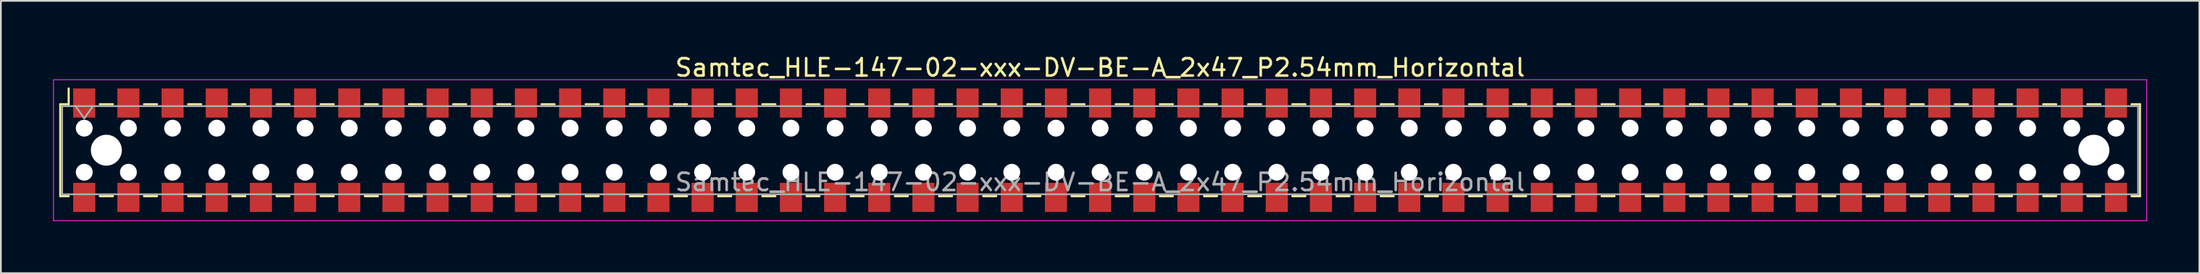
<source format=kicad_pcb>
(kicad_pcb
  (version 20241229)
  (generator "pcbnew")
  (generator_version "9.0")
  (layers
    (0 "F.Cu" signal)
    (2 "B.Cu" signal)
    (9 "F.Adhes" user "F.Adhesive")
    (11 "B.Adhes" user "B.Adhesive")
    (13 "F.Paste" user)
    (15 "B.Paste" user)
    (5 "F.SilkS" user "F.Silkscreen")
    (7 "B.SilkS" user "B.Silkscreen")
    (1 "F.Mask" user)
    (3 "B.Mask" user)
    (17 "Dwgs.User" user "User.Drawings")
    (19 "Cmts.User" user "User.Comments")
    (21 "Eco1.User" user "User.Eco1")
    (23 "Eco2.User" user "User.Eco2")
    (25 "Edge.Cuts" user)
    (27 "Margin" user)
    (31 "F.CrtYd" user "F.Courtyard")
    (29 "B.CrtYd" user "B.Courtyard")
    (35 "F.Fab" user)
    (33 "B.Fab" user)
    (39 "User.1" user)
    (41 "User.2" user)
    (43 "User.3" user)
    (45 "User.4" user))
  (footprint "Samtec_HLE-147-02-xxx-DV-BE-A_2x47_P2.54mm_Horizontal"
    (layer "F.Cu")
    (at 60.215 5.608)
    (property "Reference" "Samtec_HLE-147-02-xxx-DV-BE-A_2x47_P2.54mm_Horizontal" (at 0 -4.76 0) (layer "F.SilkS") (effects (font (size 1 1) (thickness 0.15))))
    (attr smd)
    (fp_line (start -59.8 -2.65) (end -59.8 2.65) (stroke (width 0.12) (type solid)) (layer "F.SilkS"))
    (fp_line (start -59.8 2.65) (end -59.315 2.65) (stroke (width 0.12) (type solid)) (layer "F.SilkS"))
    (fp_line (start -59.315 -3.56) (end -59.315 -2.65) (stroke (width 0.12) (type solid)) (layer "F.SilkS"))
    (fp_line (start -59.315 -2.65) (end -59.8 -2.65) (stroke (width 0.12) (type solid)) (layer "F.SilkS"))
    (fp_line (start -57.525 -2.65) (end -56.775 -2.65) (stroke (width 0.12) (type solid)) (layer "F.SilkS"))
    (fp_line (start -57.525 2.65) (end -56.775 2.65) (stroke (width 0.12) (type solid)) (layer "F.SilkS"))
    (fp_line (start -54.985 -2.65) (end -54.235 -2.65) (stroke (width 0.12) (type solid)) (layer "F.SilkS"))
    (fp_line (start -54.985 2.65) (end -54.235 2.65) (stroke (width 0.12) (type solid)) (layer "F.SilkS"))
    (fp_line (start -52.445 -2.65) (end -51.695 -2.65) (stroke (width 0.12) (type solid)) (layer "F.SilkS"))
    (fp_line (start -52.445 2.65) (end -51.695 2.65) (stroke (width 0.12) (type solid)) (layer "F.SilkS"))
    (fp_line (start -49.905 -2.65) (end -49.155 -2.65) (stroke (width 0.12) (type solid)) (layer "F.SilkS"))
    (fp_line (start -49.905 2.65) (end -49.155 2.65) (stroke (width 0.12) (type solid)) (layer "F.SilkS"))
    (fp_line (start -47.365 -2.65) (end -46.615 -2.65) (stroke (width 0.12) (type solid)) (layer "F.SilkS"))
    (fp_line (start -47.365 2.65) (end -46.615 2.65) (stroke (width 0.12) (type solid)) (layer "F.SilkS"))
    (fp_line (start -44.825 -2.65) (end -44.075 -2.65) (stroke (width 0.12) (type solid)) (layer "F.SilkS"))
    (fp_line (start -44.825 2.65) (end -44.075 2.65) (stroke (width 0.12) (type solid)) (layer "F.SilkS"))
    (fp_line (start -42.285 -2.65) (end -41.535 -2.65) (stroke (width 0.12) (type solid)) (layer "F.SilkS"))
    (fp_line (start -42.285 2.65) (end -41.535 2.65) (stroke (width 0.12) (type solid)) (layer "F.SilkS"))
    (fp_line (start -39.745 -2.65) (end -38.995 -2.65) (stroke (width 0.12) (type solid)) (layer "F.SilkS"))
    (fp_line (start -39.745 2.65) (end -38.995 2.65) (stroke (width 0.12) (type solid)) (layer "F.SilkS"))
    (fp_line (start -37.205 -2.65) (end -36.455 -2.65) (stroke (width 0.12) (type solid)) (layer "F.SilkS"))
    (fp_line (start -37.205 2.65) (end -36.455 2.65) (stroke (width 0.12) (type solid)) (layer "F.SilkS"))
    (fp_line (start -34.665 -2.65) (end -33.915 -2.65) (stroke (width 0.12) (type solid)) (layer "F.SilkS"))
    (fp_line (start -34.665 2.65) (end -33.915 2.65) (stroke (width 0.12) (type solid)) (layer "F.SilkS"))
    (fp_line (start -32.125 -2.65) (end -31.375 -2.65) (stroke (width 0.12) (type solid)) (layer "F.SilkS"))
    (fp_line (start -32.125 2.65) (end -31.375 2.65) (stroke (width 0.12) (type solid)) (layer "F.SilkS"))
    (fp_line (start -29.585 -2.65) (end -28.835 -2.65) (stroke (width 0.12) (type solid)) (layer "F.SilkS"))
    (fp_line (start -29.585 2.65) (end -28.835 2.65) (stroke (width 0.12) (type solid)) (layer "F.SilkS"))
    (fp_line (start -27.045 -2.65) (end -26.295 -2.65) (stroke (width 0.12) (type solid)) (layer "F.SilkS"))
    (fp_line (start -27.045 2.65) (end -26.295 2.65) (stroke (width 0.12) (type solid)) (layer "F.SilkS"))
    (fp_line (start -24.505 -2.65) (end -23.755 -2.65) (stroke (width 0.12) (type solid)) (layer "F.SilkS"))
    (fp_line (start -24.505 2.65) (end -23.755 2.65) (stroke (width 0.12) (type solid)) (layer "F.SilkS"))
    (fp_line (start -21.965 -2.65) (end -21.215 -2.65) (stroke (width 0.12) (type solid)) (layer "F.SilkS"))
    (fp_line (start -21.965 2.65) (end -21.215 2.65) (stroke (width 0.12) (type solid)) (layer "F.SilkS"))
    (fp_line (start -19.425 -2.65) (end -18.675 -2.65) (stroke (width 0.12) (type solid)) (layer "F.SilkS"))
    (fp_line (start -19.425 2.65) (end -18.675 2.65) (stroke (width 0.12) (type solid)) (layer "F.SilkS"))
    (fp_line (start -16.885 -2.65) (end -16.135 -2.65) (stroke (width 0.12) (type solid)) (layer "F.SilkS"))
    (fp_line (start -16.885 2.65) (end -16.135 2.65) (stroke (width 0.12) (type solid)) (layer "F.SilkS"))
    (fp_line (start -14.345 -2.65) (end -13.595 -2.65) (stroke (width 0.12) (type solid)) (layer "F.SilkS"))
    (fp_line (start -14.345 2.65) (end -13.595 2.65) (stroke (width 0.12) (type solid)) (layer "F.SilkS"))
    (fp_line (start -11.805 -2.65) (end -11.055 -2.65) (stroke (width 0.12) (type solid)) (layer "F.SilkS"))
    (fp_line (start -11.805 2.65) (end -11.055 2.65) (stroke (width 0.12) (type solid)) (layer "F.SilkS"))
    (fp_line (start -9.265 -2.65) (end -8.515 -2.65) (stroke (width 0.12) (type solid)) (layer "F.SilkS"))
    (fp_line (start -9.265 2.65) (end -8.515 2.65) (stroke (width 0.12) (type solid)) (layer "F.SilkS"))
    (fp_line (start -6.725 -2.65) (end -5.975 -2.65) (stroke (width 0.12) (type solid)) (layer "F.SilkS"))
    (fp_line (start -6.725 2.65) (end -5.975 2.65) (stroke (width 0.12) (type solid)) (layer "F.SilkS"))
    (fp_line (start -4.185 -2.65) (end -3.435 -2.65) (stroke (width 0.12) (type solid)) (layer "F.SilkS"))
    (fp_line (start -4.185 2.65) (end -3.435 2.65) (stroke (width 0.12) (type solid)) (layer "F.SilkS"))
    (fp_line (start -1.645 -2.65) (end -0.895 -2.65) (stroke (width 0.12) (type solid)) (layer "F.SilkS"))
    (fp_line (start -1.645 2.65) (end -0.895 2.65) (stroke (width 0.12) (type solid)) (layer "F.SilkS"))
    (fp_line (start 0.895 -2.65) (end 1.645 -2.65) (stroke (width 0.12) (type solid)) (layer "F.SilkS"))
    (fp_line (start 0.895 2.65) (end 1.645 2.65) (stroke (width 0.12) (type solid)) (layer "F.SilkS"))
    (fp_line (start 3.435 -2.65) (end 4.185 -2.65) (stroke (width 0.12) (type solid)) (layer "F.SilkS"))
    (fp_line (start 3.435 2.65) (end 4.185 2.65) (stroke (width 0.12) (type solid)) (layer "F.SilkS"))
    (fp_line (start 5.975 -2.65) (end 6.725 -2.65) (stroke (width 0.12) (type solid)) (layer "F.SilkS"))
    (fp_line (start 5.975 2.65) (end 6.725 2.65) (stroke (width 0.12) (type solid)) (layer "F.SilkS"))
    (fp_line (start 8.515 -2.65) (end 9.265 -2.65) (stroke (width 0.12) (type solid)) (layer "F.SilkS"))
    (fp_line (start 8.515 2.65) (end 9.265 2.65) (stroke (width 0.12) (type solid)) (layer "F.SilkS"))
    (fp_line (start 11.055 -2.65) (end 11.805 -2.65) (stroke (width 0.12) (type solid)) (layer "F.SilkS"))
    (fp_line (start 11.055 2.65) (end 11.805 2.65) (stroke (width 0.12) (type solid)) (layer "F.SilkS"))
    (fp_line (start 13.595 -2.65) (end 14.345 -2.65) (stroke (width 0.12) (type solid)) (layer "F.SilkS"))
    (fp_line (start 13.595 2.65) (end 14.345 2.65) (stroke (width 0.12) (type solid)) (layer "F.SilkS"))
    (fp_line (start 16.135 -2.65) (end 16.885 -2.65) (stroke (width 0.12) (type solid)) (layer "F.SilkS"))
    (fp_line (start 16.135 2.65) (end 16.885 2.65) (stroke (width 0.12) (type solid)) (layer "F.SilkS"))
    (fp_line (start 18.675 -2.65) (end 19.425 -2.65) (stroke (width 0.12) (type solid)) (layer "F.SilkS"))
    (fp_line (start 18.675 2.65) (end 19.425 2.65) (stroke (width 0.12) (type solid)) (layer "F.SilkS"))
    (fp_line (start 21.215 -2.65) (end 21.965 -2.65) (stroke (width 0.12) (type solid)) (layer "F.SilkS"))
    (fp_line (start 21.215 2.65) (end 21.965 2.65) (stroke (width 0.12) (type solid)) (layer "F.SilkS"))
    (fp_line (start 23.755 -2.65) (end 24.505 -2.65) (stroke (width 0.12) (type solid)) (layer "F.SilkS"))
    (fp_line (start 23.755 2.65) (end 24.505 2.65) (stroke (width 0.12) (type solid)) (layer "F.SilkS"))
    (fp_line (start 26.295 -2.65) (end 27.045 -2.65) (stroke (width 0.12) (type solid)) (layer "F.SilkS"))
    (fp_line (start 26.295 2.65) (end 27.045 2.65) (stroke (width 0.12) (type solid)) (layer "F.SilkS"))
    (fp_line (start 28.835 -2.65) (end 29.585 -2.65) (stroke (width 0.12) (type solid)) (layer "F.SilkS"))
    (fp_line (start 28.835 2.65) (end 29.585 2.65) (stroke (width 0.12) (type solid)) (layer "F.SilkS"))
    (fp_line (start 31.375 -2.65) (end 32.125 -2.65) (stroke (width 0.12) (type solid)) (layer "F.SilkS"))
    (fp_line (start 31.375 2.65) (end 32.125 2.65) (stroke (width 0.12) (type solid)) (layer "F.SilkS"))
    (fp_line (start 33.915 -2.65) (end 34.665 -2.65) (stroke (width 0.12) (type solid)) (layer "F.SilkS"))
    (fp_line (start 33.915 2.65) (end 34.665 2.65) (stroke (width 0.12) (type solid)) (layer "F.SilkS"))
    (fp_line (start 36.455 -2.65) (end 37.205 -2.65) (stroke (width 0.12) (type solid)) (layer "F.SilkS"))
    (fp_line (start 36.455 2.65) (end 37.205 2.65) (stroke (width 0.12) (type solid)) (layer "F.SilkS"))
    (fp_line (start 38.995 -2.65) (end 39.745 -2.65) (stroke (width 0.12) (type solid)) (layer "F.SilkS"))
    (fp_line (start 38.995 2.65) (end 39.745 2.65) (stroke (width 0.12) (type solid)) (layer "F.SilkS"))
    (fp_line (start 41.535 -2.65) (end 42.285 -2.65) (stroke (width 0.12) (type solid)) (layer "F.SilkS"))
    (fp_line (start 41.535 2.65) (end 42.285 2.65) (stroke (width 0.12) (type solid)) (layer "F.SilkS"))
    (fp_line (start 44.075 -2.65) (end 44.825 -2.65) (stroke (width 0.12) (type solid)) (layer "F.SilkS"))
    (fp_line (start 44.075 2.65) (end 44.825 2.65) (stroke (width 0.12) (type solid)) (layer "F.SilkS"))
    (fp_line (start 46.615 -2.65) (end 47.365 -2.65) (stroke (width 0.12) (type solid)) (layer "F.SilkS"))
    (fp_line (start 46.615 2.65) (end 47.365 2.65) (stroke (width 0.12) (type solid)) (layer "F.SilkS"))
    (fp_line (start 49.155 -2.65) (end 49.905 -2.65) (stroke (width 0.12) (type solid)) (layer "F.SilkS"))
    (fp_line (start 49.155 2.65) (end 49.905 2.65) (stroke (width 0.12) (type solid)) (layer "F.SilkS"))
    (fp_line (start 51.695 -2.65) (end 52.445 -2.65) (stroke (width 0.12) (type solid)) (layer "F.SilkS"))
    (fp_line (start 51.695 2.65) (end 52.445 2.65) (stroke (width 0.12) (type solid)) (layer "F.SilkS"))
    (fp_line (start 54.235 -2.65) (end 54.985 -2.65) (stroke (width 0.12) (type solid)) (layer "F.SilkS"))
    (fp_line (start 54.235 2.65) (end 54.985 2.65) (stroke (width 0.12) (type solid)) (layer "F.SilkS"))
    (fp_line (start 56.775 -2.65) (end 57.525 -2.65) (stroke (width 0.12) (type solid)) (layer "F.SilkS"))
    (fp_line (start 56.775 2.65) (end 57.525 2.65) (stroke (width 0.12) (type solid)) (layer "F.SilkS"))
    (fp_line (start 59.315 -2.65) (end 59.8 -2.65) (stroke (width 0.12) (type solid)) (layer "F.SilkS"))
    (fp_line (start 59.8 -2.65) (end 59.8 2.65) (stroke (width 0.12) (type solid)) (layer "F.SilkS"))
    (fp_line (start 59.8 2.65) (end 59.315 2.65) (stroke (width 0.12) (type solid)) (layer "F.SilkS"))
    (fp_line (start -60.19 -4.06) (end 60.19 -4.06) (stroke (width 0.05) (type solid)) (layer "F.CrtYd"))
    (fp_line (start -60.19 4.06) (end -60.19 -4.06) (stroke (width 0.05) (type solid)) (layer "F.CrtYd"))
    (fp_line (start 60.19 -4.06) (end 60.19 4.06) (stroke (width 0.05) (type solid)) (layer "F.CrtYd"))
    (fp_line (start 60.19 4.06) (end -60.19 4.06) (stroke (width 0.05) (type solid)) (layer "F.CrtYd"))
    (fp_line (start -59.69 -2.54) (end 59.69 -2.54) (stroke (width 0.1) (type solid)) (layer "F.Fab"))
    (fp_line (start -59.69 2.54) (end -59.69 -2.54) (stroke (width 0.1) (type solid)) (layer "F.Fab"))
    (fp_line (start -58.92 -2.54) (end -58.42 -1.833) (stroke (width 0.1) (type solid)) (layer "F.Fab"))
    (fp_line (start -58.42 -1.833) (end -57.92 -2.54) (stroke (width 0.1) (type solid)) (layer "F.Fab"))
    (fp_line (start 59.69 -2.54) (end 59.69 2.54) (stroke (width 0.1) (type solid)) (layer "F.Fab"))
    (fp_line (start 59.69 2.54) (end -59.69 2.54) (stroke (width 0.1) (type solid)) (layer "F.Fab"))
    (fp_text user "${REFERENCE}" (at 0 1.84 0) (layer "F.Fab") (effects (font (size 1 1) (thickness 0.15))))
    (pad "" np_thru_hole circle (at -58.42 -1.27) (size 0.97 0.97) (drill 0.97) (layers "*.Cu" "*.Mask"))
    (pad "" np_thru_hole circle (at -58.42 1.27) (size 0.97 0.97) (drill 0.97) (layers "*.Cu" "*.Mask"))
    (pad "" np_thru_hole circle (at -57.15 0) (size 1.78 1.78) (drill 1.78) (layers "*.Cu" "*.Mask"))
    (pad "" np_thru_hole circle (at -55.88 -1.27) (size 0.97 0.97) (drill 0.97) (layers "*.Cu" "*.Mask"))
    (pad "" np_thru_hole circle (at -55.88 1.27) (size 0.97 0.97) (drill 0.97) (layers "*.Cu" "*.Mask"))
    (pad "" np_thru_hole circle (at -53.34 -1.27) (size 0.97 0.97) (drill 0.97) (layers "*.Cu" "*.Mask"))
    (pad "" np_thru_hole circle (at -53.34 1.27) (size 0.97 0.97) (drill 0.97) (layers "*.Cu" "*.Mask"))
    (pad "" np_thru_hole circle (at -50.8 -1.27) (size 0.97 0.97) (drill 0.97) (layers "*.Cu" "*.Mask"))
    (pad "" np_thru_hole circle (at -50.8 1.27) (size 0.97 0.97) (drill 0.97) (layers "*.Cu" "*.Mask"))
    (pad "" np_thru_hole circle (at -48.26 -1.27) (size 0.97 0.97) (drill 0.97) (layers "*.Cu" "*.Mask"))
    (pad "" np_thru_hole circle (at -48.26 1.27) (size 0.97 0.97) (drill 0.97) (layers "*.Cu" "*.Mask"))
    (pad "" np_thru_hole circle (at -45.72 -1.27) (size 0.97 0.97) (drill 0.97) (layers "*.Cu" "*.Mask"))
    (pad "" np_thru_hole circle (at -45.72 1.27) (size 0.97 0.97) (drill 0.97) (layers "*.Cu" "*.Mask"))
    (pad "" np_thru_hole circle (at -43.18 -1.27) (size 0.97 0.97) (drill 0.97) (layers "*.Cu" "*.Mask"))
    (pad "" np_thru_hole circle (at -43.18 1.27) (size 0.97 0.97) (drill 0.97) (layers "*.Cu" "*.Mask"))
    (pad "" np_thru_hole circle (at -40.64 -1.27) (size 0.97 0.97) (drill 0.97) (layers "*.Cu" "*.Mask"))
    (pad "" np_thru_hole circle (at -40.64 1.27) (size 0.97 0.97) (drill 0.97) (layers "*.Cu" "*.Mask"))
    (pad "" np_thru_hole circle (at -38.1 -1.27) (size 0.97 0.97) (drill 0.97) (layers "*.Cu" "*.Mask"))
    (pad "" np_thru_hole circle (at -38.1 1.27) (size 0.97 0.97) (drill 0.97) (layers "*.Cu" "*.Mask"))
    (pad "" np_thru_hole circle (at -35.56 -1.27) (size 0.97 0.97) (drill 0.97) (layers "*.Cu" "*.Mask"))
    (pad "" np_thru_hole circle (at -35.56 1.27) (size 0.97 0.97) (drill 0.97) (layers "*.Cu" "*.Mask"))
    (pad "" np_thru_hole circle (at -33.02 -1.27) (size 0.97 0.97) (drill 0.97) (layers "*.Cu" "*.Mask"))
    (pad "" np_thru_hole circle (at -33.02 1.27) (size 0.97 0.97) (drill 0.97) (layers "*.Cu" "*.Mask"))
    (pad "" np_thru_hole circle (at -30.48 -1.27) (size 0.97 0.97) (drill 0.97) (layers "*.Cu" "*.Mask"))
    (pad "" np_thru_hole circle (at -30.48 1.27) (size 0.97 0.97) (drill 0.97) (layers "*.Cu" "*.Mask"))
    (pad "" np_thru_hole circle (at -27.94 -1.27) (size 0.97 0.97) (drill 0.97) (layers "*.Cu" "*.Mask"))
    (pad "" np_thru_hole circle (at -27.94 1.27) (size 0.97 0.97) (drill 0.97) (layers "*.Cu" "*.Mask"))
    (pad "" np_thru_hole circle (at -25.4 -1.27) (size 0.97 0.97) (drill 0.97) (layers "*.Cu" "*.Mask"))
    (pad "" np_thru_hole circle (at -25.4 1.27) (size 0.97 0.97) (drill 0.97) (layers "*.Cu" "*.Mask"))
    (pad "" np_thru_hole circle (at -22.86 -1.27) (size 0.97 0.97) (drill 0.97) (layers "*.Cu" "*.Mask"))
    (pad "" np_thru_hole circle (at -22.86 1.27) (size 0.97 0.97) (drill 0.97) (layers "*.Cu" "*.Mask"))
    (pad "" np_thru_hole circle (at -20.32 -1.27) (size 0.97 0.97) (drill 0.97) (layers "*.Cu" "*.Mask"))
    (pad "" np_thru_hole circle (at -20.32 1.27) (size 0.97 0.97) (drill 0.97) (layers "*.Cu" "*.Mask"))
    (pad "" np_thru_hole circle (at -17.78 -1.27) (size 0.97 0.97) (drill 0.97) (layers "*.Cu" "*.Mask"))
    (pad "" np_thru_hole circle (at -17.78 1.27) (size 0.97 0.97) (drill 0.97) (layers "*.Cu" "*.Mask"))
    (pad "" np_thru_hole circle (at -15.24 -1.27) (size 0.97 0.97) (drill 0.97) (layers "*.Cu" "*.Mask"))
    (pad "" np_thru_hole circle (at -15.24 1.27) (size 0.97 0.97) (drill 0.97) (layers "*.Cu" "*.Mask"))
    (pad "" np_thru_hole circle (at -12.7 -1.27) (size 0.97 0.97) (drill 0.97) (layers "*.Cu" "*.Mask"))
    (pad "" np_thru_hole circle (at -12.7 1.27) (size 0.97 0.97) (drill 0.97) (layers "*.Cu" "*.Mask"))
    (pad "" np_thru_hole circle (at -10.16 -1.27) (size 0.97 0.97) (drill 0.97) (layers "*.Cu" "*.Mask"))
    (pad "" np_thru_hole circle (at -10.16 1.27) (size 0.97 0.97) (drill 0.97) (layers "*.Cu" "*.Mask"))
    (pad "" np_thru_hole circle (at -7.62 -1.27) (size 0.97 0.97) (drill 0.97) (layers "*.Cu" "*.Mask"))
    (pad "" np_thru_hole circle (at -7.62 1.27) (size 0.97 0.97) (drill 0.97) (layers "*.Cu" "*.Mask"))
    (pad "" np_thru_hole circle (at -5.08 -1.27) (size 0.97 0.97) (drill 0.97) (layers "*.Cu" "*.Mask"))
    (pad "" np_thru_hole circle (at -5.08 1.27) (size 0.97 0.97) (drill 0.97) (layers "*.Cu" "*.Mask"))
    (pad "" np_thru_hole circle (at -2.54 -1.27) (size 0.97 0.97) (drill 0.97) (layers "*.Cu" "*.Mask"))
    (pad "" np_thru_hole circle (at -2.54 1.27) (size 0.97 0.97) (drill 0.97) (layers "*.Cu" "*.Mask"))
    (pad "" np_thru_hole circle (at 0 -1.27) (size 0.97 0.97) (drill 0.97) (layers "*.Cu" "*.Mask"))
    (pad "" np_thru_hole circle (at 0 1.27) (size 0.97 0.97) (drill 0.97) (layers "*.Cu" "*.Mask"))
    (pad "" np_thru_hole circle (at 2.54 -1.27) (size 0.97 0.97) (drill 0.97) (layers "*.Cu" "*.Mask"))
    (pad "" np_thru_hole circle (at 2.54 1.27) (size 0.97 0.97) (drill 0.97) (layers "*.Cu" "*.Mask"))
    (pad "" np_thru_hole circle (at 5.08 -1.27) (size 0.97 0.97) (drill 0.97) (layers "*.Cu" "*.Mask"))
    (pad "" np_thru_hole circle (at 5.08 1.27) (size 0.97 0.97) (drill 0.97) (layers "*.Cu" "*.Mask"))
    (pad "" np_thru_hole circle (at 7.62 -1.27) (size 0.97 0.97) (drill 0.97) (layers "*.Cu" "*.Mask"))
    (pad "" np_thru_hole circle (at 7.62 1.27) (size 0.97 0.97) (drill 0.97) (layers "*.Cu" "*.Mask"))
    (pad "" np_thru_hole circle (at 10.16 -1.27) (size 0.97 0.97) (drill 0.97) (layers "*.Cu" "*.Mask"))
    (pad "" np_thru_hole circle (at 10.16 1.27) (size 0.97 0.97) (drill 0.97) (layers "*.Cu" "*.Mask"))
    (pad "" np_thru_hole circle (at 12.7 -1.27) (size 0.97 0.97) (drill 0.97) (layers "*.Cu" "*.Mask"))
    (pad "" np_thru_hole circle (at 12.7 1.27) (size 0.97 0.97) (drill 0.97) (layers "*.Cu" "*.Mask"))
    (pad "" np_thru_hole circle (at 15.24 -1.27) (size 0.97 0.97) (drill 0.97) (layers "*.Cu" "*.Mask"))
    (pad "" np_thru_hole circle (at 15.24 1.27) (size 0.97 0.97) (drill 0.97) (layers "*.Cu" "*.Mask"))
    (pad "" np_thru_hole circle (at 17.78 -1.27) (size 0.97 0.97) (drill 0.97) (layers "*.Cu" "*.Mask"))
    (pad "" np_thru_hole circle (at 17.78 1.27) (size 0.97 0.97) (drill 0.97) (layers "*.Cu" "*.Mask"))
    (pad "" np_thru_hole circle (at 20.32 -1.27) (size 0.97 0.97) (drill 0.97) (layers "*.Cu" "*.Mask"))
    (pad "" np_thru_hole circle (at 20.32 1.27) (size 0.97 0.97) (drill 0.97) (layers "*.Cu" "*.Mask"))
    (pad "" np_thru_hole circle (at 22.86 -1.27) (size 0.97 0.97) (drill 0.97) (layers "*.Cu" "*.Mask"))
    (pad "" np_thru_hole circle (at 22.86 1.27) (size 0.97 0.97) (drill 0.97) (layers "*.Cu" "*.Mask"))
    (pad "" np_thru_hole circle (at 25.4 -1.27) (size 0.97 0.97) (drill 0.97) (layers "*.Cu" "*.Mask"))
    (pad "" np_thru_hole circle (at 25.4 1.27) (size 0.97 0.97) (drill 0.97) (layers "*.Cu" "*.Mask"))
    (pad "" np_thru_hole circle (at 27.94 -1.27) (size 0.97 0.97) (drill 0.97) (layers "*.Cu" "*.Mask"))
    (pad "" np_thru_hole circle (at 27.94 1.27) (size 0.97 0.97) (drill 0.97) (layers "*.Cu" "*.Mask"))
    (pad "" np_thru_hole circle (at 30.48 -1.27) (size 0.97 0.97) (drill 0.97) (layers "*.Cu" "*.Mask"))
    (pad "" np_thru_hole circle (at 30.48 1.27) (size 0.97 0.97) (drill 0.97) (layers "*.Cu" "*.Mask"))
    (pad "" np_thru_hole circle (at 33.02 -1.27) (size 0.97 0.97) (drill 0.97) (layers "*.Cu" "*.Mask"))
    (pad "" np_thru_hole circle (at 33.02 1.27) (size 0.97 0.97) (drill 0.97) (layers "*.Cu" "*.Mask"))
    (pad "" np_thru_hole circle (at 35.56 -1.27) (size 0.97 0.97) (drill 0.97) (layers "*.Cu" "*.Mask"))
    (pad "" np_thru_hole circle (at 35.56 1.27) (size 0.97 0.97) (drill 0.97) (layers "*.Cu" "*.Mask"))
    (pad "" np_thru_hole circle (at 38.1 -1.27) (size 0.97 0.97) (drill 0.97) (layers "*.Cu" "*.Mask"))
    (pad "" np_thru_hole circle (at 38.1 1.27) (size 0.97 0.97) (drill 0.97) (layers "*.Cu" "*.Mask"))
    (pad "" np_thru_hole circle (at 40.64 -1.27) (size 0.97 0.97) (drill 0.97) (layers "*.Cu" "*.Mask"))
    (pad "" np_thru_hole circle (at 40.64 1.27) (size 0.97 0.97) (drill 0.97) (layers "*.Cu" "*.Mask"))
    (pad "" np_thru_hole circle (at 43.18 -1.27) (size 0.97 0.97) (drill 0.97) (layers "*.Cu" "*.Mask"))
    (pad "" np_thru_hole circle (at 43.18 1.27) (size 0.97 0.97) (drill 0.97) (layers "*.Cu" "*.Mask"))
    (pad "" np_thru_hole circle (at 45.72 -1.27) (size 0.97 0.97) (drill 0.97) (layers "*.Cu" "*.Mask"))
    (pad "" np_thru_hole circle (at 45.72 1.27) (size 0.97 0.97) (drill 0.97) (layers "*.Cu" "*.Mask"))
    (pad "" np_thru_hole circle (at 48.26 -1.27) (size 0.97 0.97) (drill 0.97) (layers "*.Cu" "*.Mask"))
    (pad "" np_thru_hole circle (at 48.26 1.27) (size 0.97 0.97) (drill 0.97) (layers "*.Cu" "*.Mask"))
    (pad "" np_thru_hole circle (at 50.8 -1.27) (size 0.97 0.97) (drill 0.97) (layers "*.Cu" "*.Mask"))
    (pad "" np_thru_hole circle (at 50.8 1.27) (size 0.97 0.97) (drill 0.97) (layers "*.Cu" "*.Mask"))
    (pad "" np_thru_hole circle (at 53.34 -1.27) (size 0.97 0.97) (drill 0.97) (layers "*.Cu" "*.Mask"))
    (pad "" np_thru_hole circle (at 53.34 1.27) (size 0.97 0.97) (drill 0.97) (layers "*.Cu" "*.Mask"))
    (pad "" np_thru_hole circle (at 55.88 -1.27) (size 0.97 0.97) (drill 0.97) (layers "*.Cu" "*.Mask"))
    (pad "" np_thru_hole circle (at 55.88 1.27) (size 0.97 0.97) (drill 0.97) (layers "*.Cu" "*.Mask"))
    (pad "" np_thru_hole circle (at 57.15 0) (size 1.78 1.78) (drill 1.78) (layers "*.Cu" "*.Mask"))
    (pad "" np_thru_hole circle (at 58.42 -1.27) (size 0.97 0.97) (drill 0.97) (layers "*.Cu" "*.Mask"))
    (pad "" np_thru_hole circle (at 58.42 1.27) (size 0.97 0.97) (drill 0.97) (layers "*.Cu" "*.Mask"))
    (pad "1" smd rect (at -58.42 -2.72) (size 1.27 1.68) (layers "F.Cu" "F.Mask" "F.Paste"))
    (pad "2" smd rect (at -58.42 2.72) (size 1.27 1.68) (layers "F.Cu" "F.Mask" "F.Paste"))
    (pad "3" smd rect (at -55.88 -2.72) (size 1.27 1.68) (layers "F.Cu" "F.Mask" "F.Paste"))
    (pad "4" smd rect (at -55.88 2.72) (size 1.27 1.68) (layers "F.Cu" "F.Mask" "F.Paste"))
    (pad "5" smd rect (at -53.34 -2.72) (size 1.27 1.68) (layers "F.Cu" "F.Mask" "F.Paste"))
    (pad "6" smd rect (at -53.34 2.72) (size 1.27 1.68) (layers "F.Cu" "F.Mask" "F.Paste"))
    (pad "7" smd rect (at -50.8 -2.72) (size 1.27 1.68) (layers "F.Cu" "F.Mask" "F.Paste"))
    (pad "8" smd rect (at -50.8 2.72) (size 1.27 1.68) (layers "F.Cu" "F.Mask" "F.Paste"))
    (pad "9" smd rect (at -48.26 -2.72) (size 1.27 1.68) (layers "F.Cu" "F.Mask" "F.Paste"))
    (pad "10" smd rect (at -48.26 2.72) (size 1.27 1.68) (layers "F.Cu" "F.Mask" "F.Paste"))
    (pad "11" smd rect (at -45.72 -2.72) (size 1.27 1.68) (layers "F.Cu" "F.Mask" "F.Paste"))
    (pad "12" smd rect (at -45.72 2.72) (size 1.27 1.68) (layers "F.Cu" "F.Mask" "F.Paste"))
    (pad "13" smd rect (at -43.18 -2.72) (size 1.27 1.68) (layers "F.Cu" "F.Mask" "F.Paste"))
    (pad "14" smd rect (at -43.18 2.72) (size 1.27 1.68) (layers "F.Cu" "F.Mask" "F.Paste"))
    (pad "15" smd rect (at -40.64 -2.72) (size 1.27 1.68) (layers "F.Cu" "F.Mask" "F.Paste"))
    (pad "16" smd rect (at -40.64 2.72) (size 1.27 1.68) (layers "F.Cu" "F.Mask" "F.Paste"))
    (pad "17" smd rect (at -38.1 -2.72) (size 1.27 1.68) (layers "F.Cu" "F.Mask" "F.Paste"))
    (pad "18" smd rect (at -38.1 2.72) (size 1.27 1.68) (layers "F.Cu" "F.Mask" "F.Paste"))
    (pad "19" smd rect (at -35.56 -2.72) (size 1.27 1.68) (layers "F.Cu" "F.Mask" "F.Paste"))
    (pad "20" smd rect (at -35.56 2.72) (size 1.27 1.68) (layers "F.Cu" "F.Mask" "F.Paste"))
    (pad "21" smd rect (at -33.02 -2.72) (size 1.27 1.68) (layers "F.Cu" "F.Mask" "F.Paste"))
    (pad "22" smd rect (at -33.02 2.72) (size 1.27 1.68) (layers "F.Cu" "F.Mask" "F.Paste"))
    (pad "23" smd rect (at -30.48 -2.72) (size 1.27 1.68) (layers "F.Cu" "F.Mask" "F.Paste"))
    (pad "24" smd rect (at -30.48 2.72) (size 1.27 1.68) (layers "F.Cu" "F.Mask" "F.Paste"))
    (pad "25" smd rect (at -27.94 -2.72) (size 1.27 1.68) (layers "F.Cu" "F.Mask" "F.Paste"))
    (pad "26" smd rect (at -27.94 2.72) (size 1.27 1.68) (layers "F.Cu" "F.Mask" "F.Paste"))
    (pad "27" smd rect (at -25.4 -2.72) (size 1.27 1.68) (layers "F.Cu" "F.Mask" "F.Paste"))
    (pad "28" smd rect (at -25.4 2.72) (size 1.27 1.68) (layers "F.Cu" "F.Mask" "F.Paste"))
    (pad "29" smd rect (at -22.86 -2.72) (size 1.27 1.68) (layers "F.Cu" "F.Mask" "F.Paste"))
    (pad "30" smd rect (at -22.86 2.72) (size 1.27 1.68) (layers "F.Cu" "F.Mask" "F.Paste"))
    (pad "31" smd rect (at -20.32 -2.72) (size 1.27 1.68) (layers "F.Cu" "F.Mask" "F.Paste"))
    (pad "32" smd rect (at -20.32 2.72) (size 1.27 1.68) (layers "F.Cu" "F.Mask" "F.Paste"))
    (pad "33" smd rect (at -17.78 -2.72) (size 1.27 1.68) (layers "F.Cu" "F.Mask" "F.Paste"))
    (pad "34" smd rect (at -17.78 2.72) (size 1.27 1.68) (layers "F.Cu" "F.Mask" "F.Paste"))
    (pad "35" smd rect (at -15.24 -2.72) (size 1.27 1.68) (layers "F.Cu" "F.Mask" "F.Paste"))
    (pad "36" smd rect (at -15.24 2.72) (size 1.27 1.68) (layers "F.Cu" "F.Mask" "F.Paste"))
    (pad "37" smd rect (at -12.7 -2.72) (size 1.27 1.68) (layers "F.Cu" "F.Mask" "F.Paste"))
    (pad "38" smd rect (at -12.7 2.72) (size 1.27 1.68) (layers "F.Cu" "F.Mask" "F.Paste"))
    (pad "39" smd rect (at -10.16 -2.72) (size 1.27 1.68) (layers "F.Cu" "F.Mask" "F.Paste"))
    (pad "40" smd rect (at -10.16 2.72) (size 1.27 1.68) (layers "F.Cu" "F.Mask" "F.Paste"))
    (pad "41" smd rect (at -7.62 -2.72) (size 1.27 1.68) (layers "F.Cu" "F.Mask" "F.Paste"))
    (pad "42" smd rect (at -7.62 2.72) (size 1.27 1.68) (layers "F.Cu" "F.Mask" "F.Paste"))
    (pad "43" smd rect (at -5.08 -2.72) (size 1.27 1.68) (layers "F.Cu" "F.Mask" "F.Paste"))
    (pad "44" smd rect (at -5.08 2.72) (size 1.27 1.68) (layers "F.Cu" "F.Mask" "F.Paste"))
    (pad "45" smd rect (at -2.54 -2.72) (size 1.27 1.68) (layers "F.Cu" "F.Mask" "F.Paste"))
    (pad "46" smd rect (at -2.54 2.72) (size 1.27 1.68) (layers "F.Cu" "F.Mask" "F.Paste"))
    (pad "47" smd rect (at 0 -2.72) (size 1.27 1.68) (layers "F.Cu" "F.Mask" "F.Paste"))
    (pad "48" smd rect (at 0 2.72) (size 1.27 1.68) (layers "F.Cu" "F.Mask" "F.Paste"))
    (pad "49" smd rect (at 2.54 -2.72) (size 1.27 1.68) (layers "F.Cu" "F.Mask" "F.Paste"))
    (pad "50" smd rect (at 2.54 2.72) (size 1.27 1.68) (layers "F.Cu" "F.Mask" "F.Paste"))
    (pad "51" smd rect (at 5.08 -2.72) (size 1.27 1.68) (layers "F.Cu" "F.Mask" "F.Paste"))
    (pad "52" smd rect (at 5.08 2.72) (size 1.27 1.68) (layers "F.Cu" "F.Mask" "F.Paste"))
    (pad "53" smd rect (at 7.62 -2.72) (size 1.27 1.68) (layers "F.Cu" "F.Mask" "F.Paste"))
    (pad "54" smd rect (at 7.62 2.72) (size 1.27 1.68) (layers "F.Cu" "F.Mask" "F.Paste"))
    (pad "55" smd rect (at 10.16 -2.72) (size 1.27 1.68) (layers "F.Cu" "F.Mask" "F.Paste"))
    (pad "56" smd rect (at 10.16 2.72) (size 1.27 1.68) (layers "F.Cu" "F.Mask" "F.Paste"))
    (pad "57" smd rect (at 12.7 -2.72) (size 1.27 1.68) (layers "F.Cu" "F.Mask" "F.Paste"))
    (pad "58" smd rect (at 12.7 2.72) (size 1.27 1.68) (layers "F.Cu" "F.Mask" "F.Paste"))
    (pad "59" smd rect (at 15.24 -2.72) (size 1.27 1.68) (layers "F.Cu" "F.Mask" "F.Paste"))
    (pad "60" smd rect (at 15.24 2.72) (size 1.27 1.68) (layers "F.Cu" "F.Mask" "F.Paste"))
    (pad "61" smd rect (at 17.78 -2.72) (size 1.27 1.68) (layers "F.Cu" "F.Mask" "F.Paste"))
    (pad "62" smd rect (at 17.78 2.72) (size 1.27 1.68) (layers "F.Cu" "F.Mask" "F.Paste"))
    (pad "63" smd rect (at 20.32 -2.72) (size 1.27 1.68) (layers "F.Cu" "F.Mask" "F.Paste"))
    (pad "64" smd rect (at 20.32 2.72) (size 1.27 1.68) (layers "F.Cu" "F.Mask" "F.Paste"))
    (pad "65" smd rect (at 22.86 -2.72) (size 1.27 1.68) (layers "F.Cu" "F.Mask" "F.Paste"))
    (pad "66" smd rect (at 22.86 2.72) (size 1.27 1.68) (layers "F.Cu" "F.Mask" "F.Paste"))
    (pad "67" smd rect (at 25.4 -2.72) (size 1.27 1.68) (layers "F.Cu" "F.Mask" "F.Paste"))
    (pad "68" smd rect (at 25.4 2.72) (size 1.27 1.68) (layers "F.Cu" "F.Mask" "F.Paste"))
    (pad "69" smd rect (at 27.94 -2.72) (size 1.27 1.68) (layers "F.Cu" "F.Mask" "F.Paste"))
    (pad "70" smd rect (at 27.94 2.72) (size 1.27 1.68) (layers "F.Cu" "F.Mask" "F.Paste"))
    (pad "71" smd rect (at 30.48 -2.72) (size 1.27 1.68) (layers "F.Cu" "F.Mask" "F.Paste"))
    (pad "72" smd rect (at 30.48 2.72) (size 1.27 1.68) (layers "F.Cu" "F.Mask" "F.Paste"))
    (pad "73" smd rect (at 33.02 -2.72) (size 1.27 1.68) (layers "F.Cu" "F.Mask" "F.Paste"))
    (pad "74" smd rect (at 33.02 2.72) (size 1.27 1.68) (layers "F.Cu" "F.Mask" "F.Paste"))
    (pad "75" smd rect (at 35.56 -2.72) (size 1.27 1.68) (layers "F.Cu" "F.Mask" "F.Paste"))
    (pad "76" smd rect (at 35.56 2.72) (size 1.27 1.68) (layers "F.Cu" "F.Mask" "F.Paste"))
    (pad "77" smd rect (at 38.1 -2.72) (size 1.27 1.68) (layers "F.Cu" "F.Mask" "F.Paste"))
    (pad "78" smd rect (at 38.1 2.72) (size 1.27 1.68) (layers "F.Cu" "F.Mask" "F.Paste"))
    (pad "79" smd rect (at 40.64 -2.72) (size 1.27 1.68) (layers "F.Cu" "F.Mask" "F.Paste"))
    (pad "80" smd rect (at 40.64 2.72) (size 1.27 1.68) (layers "F.Cu" "F.Mask" "F.Paste"))
    (pad "81" smd rect (at 43.18 -2.72) (size 1.27 1.68) (layers "F.Cu" "F.Mask" "F.Paste"))
    (pad "82" smd rect (at 43.18 2.72) (size 1.27 1.68) (layers "F.Cu" "F.Mask" "F.Paste"))
    (pad "83" smd rect (at 45.72 -2.72) (size 1.27 1.68) (layers "F.Cu" "F.Mask" "F.Paste"))
    (pad "84" smd rect (at 45.72 2.72) (size 1.27 1.68) (layers "F.Cu" "F.Mask" "F.Paste"))
    (pad "85" smd rect (at 48.26 -2.72) (size 1.27 1.68) (layers "F.Cu" "F.Mask" "F.Paste"))
    (pad "86" smd rect (at 48.26 2.72) (size 1.27 1.68) (layers "F.Cu" "F.Mask" "F.Paste"))
    (pad "87" smd rect (at 50.8 -2.72) (size 1.27 1.68) (layers "F.Cu" "F.Mask" "F.Paste"))
    (pad "88" smd rect (at 50.8 2.72) (size 1.27 1.68) (layers "F.Cu" "F.Mask" "F.Paste"))
    (pad "89" smd rect (at 53.34 -2.72) (size 1.27 1.68) (layers "F.Cu" "F.Mask" "F.Paste"))
    (pad "90" smd rect (at 53.34 2.72) (size 1.27 1.68) (layers "F.Cu" "F.Mask" "F.Paste"))
    (pad "91" smd rect (at 55.88 -2.72) (size 1.27 1.68) (layers "F.Cu" "F.Mask" "F.Paste"))
    (pad "92" smd rect (at 55.88 2.72) (size 1.27 1.68) (layers "F.Cu" "F.Mask" "F.Paste"))
    (pad "93" smd rect (at 58.42 -2.72) (size 1.27 1.68) (layers "F.Cu" "F.Mask" "F.Paste"))
    (pad "94" smd rect (at 58.42 2.72) (size 1.27 1.68) (layers "F.Cu" "F.Mask" "F.Paste")))
  (gr_rect
    (start -3 -3)
    (end 123.43 12.693)
    (stroke (width 0.1) (type default))
    (fill no)
    (layer "Edge.Cuts")))
</source>
